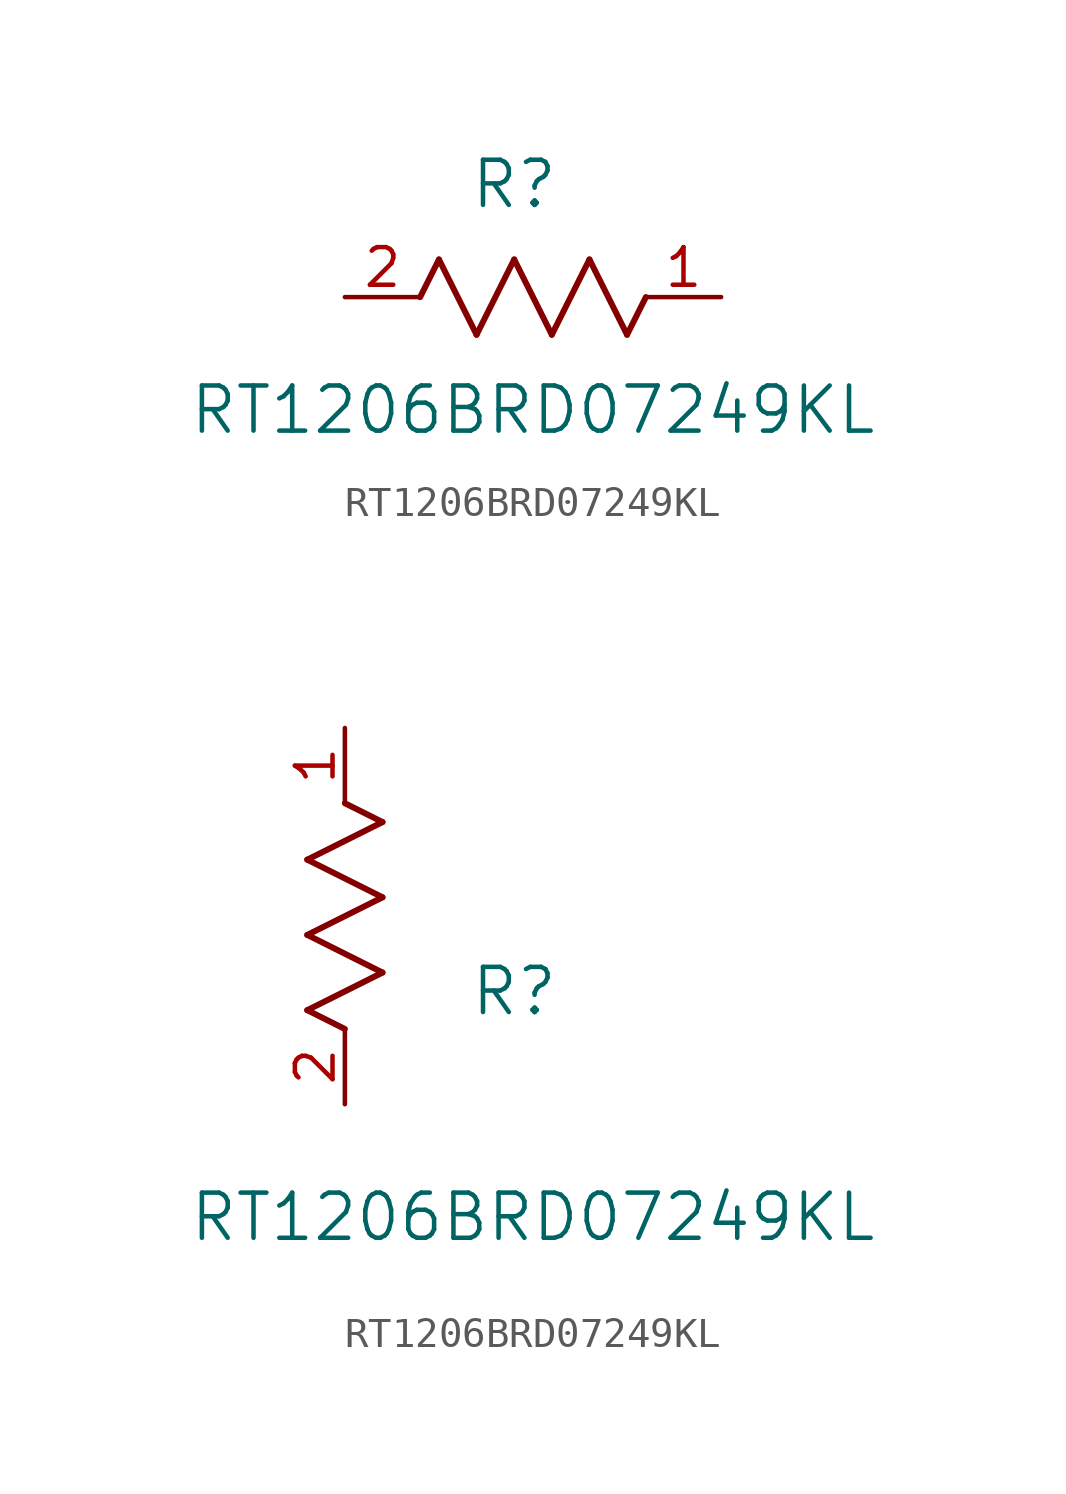
<source format=kicad_sym>
(kicad_symbol_lib
  (version 20211014)
  (generator kicad_symbol_editor)
  (symbol "RT1206BRD07249KL"
    (pin_names
      (offset 0.254))
    (property "Reference" "R"
      (at 5.715 3.81 0)
      (effects (font (size 1.524 1.524))))
    (property "Value" "RT1206BRD07249KL"
      (at 6.35 -3.81 0)
      (effects (font (size 1.524 1.524))))
    (symbol "RT1206BRD07249KL_1_1"
      (polyline (pts (xy 3.175 1.27) (xy 4.445 -1.27)) (stroke (width 0.203) (type default) (color 0 0 0 0)) (fill (type none)))
      (polyline (pts (xy 4.445 -1.27) (xy 5.715 1.27)) (stroke (width 0.203) (type default) (color 0 0 0 0)) (fill (type none)))
      (polyline (pts (xy 5.715 1.27) (xy 6.985 -1.27)) (stroke (width 0.203) (type default) (color 0 0 0 0)) (fill (type none)))
      (polyline (pts (xy 6.985 -1.27) (xy 8.255 1.27)) (stroke (width 0.203) (type default) (color 0 0 0 0)) (fill (type none)))
      (polyline (pts (xy 8.255 1.27) (xy 9.525 -1.27)) (stroke (width 0.203) (type default) (color 0 0 0 0)) (fill (type none)))
      (polyline (pts (xy 2.54 0) (xy 3.175 1.27)) (stroke (width 0.203) (type default) (color 0 0 0 0)) (fill (type none)))
      (polyline (pts (xy 9.525 -1.27) (xy 10.16 0)) (stroke (width 0.203) (type default) (color 0 0 0 0)) (fill (type none)))
      (pin unspecified line (at 12.7 0 180) (length 2.54) (name "" (effects (font (size 1.27 1.27)))) (number "1" (effects (font (size 1.27 1.27)))))
      (pin unspecified line (at 0 0 0) (length 2.54) (name "" (effects (font (size 1.27 1.27)))) (number "2" (effects (font (size 1.27 1.27))))))
    (symbol "RT1206BRD07249KL_1_2"
      (polyline (pts (xy 0 2.54) (xy -1.27 3.175)) (stroke (width 0.203) (type default) (color 0 0 0 0)) (fill (type none)))
      (polyline (pts (xy -1.27 3.175) (xy 1.27 4.445)) (stroke (width 0.203) (type default) (color 0 0 0 0)) (fill (type none)))
      (polyline (pts (xy 1.27 4.445) (xy -1.27 5.715)) (stroke (width 0.203) (type default) (color 0 0 0 0)) (fill (type none)))
      (polyline (pts (xy -1.27 5.715) (xy 1.27 6.985)) (stroke (width 0.203) (type default) (color 0 0 0 0)) (fill (type none)))
      (polyline (pts (xy -1.27 8.255) (xy 1.27 9.525)) (stroke (width 0.203) (type default) (color 0 0 0 0)) (fill (type none)))
      (polyline (pts (xy 1.27 9.525) (xy 0 10.16)) (stroke (width 0.203) (type default) (color 0 0 0 0)) (fill (type none)))
      (polyline (pts (xy 1.27 6.985) (xy -1.27 8.255)) (stroke (width 0.203) (type default) (color 0 0 0 0)) (fill (type none)))
      (pin unspecified line (at 0 12.7 270) (length 2.54) (name "" (effects (font (size 1.27 1.27)))) (number "1" (effects (font (size 1.27 1.27)))))
      (pin unspecified line (at 0 0 90) (length 2.54) (name "" (effects (font (size 1.27 1.27)))) (number "2" (effects (font (size 1.27 1.27))))))))
</source>
